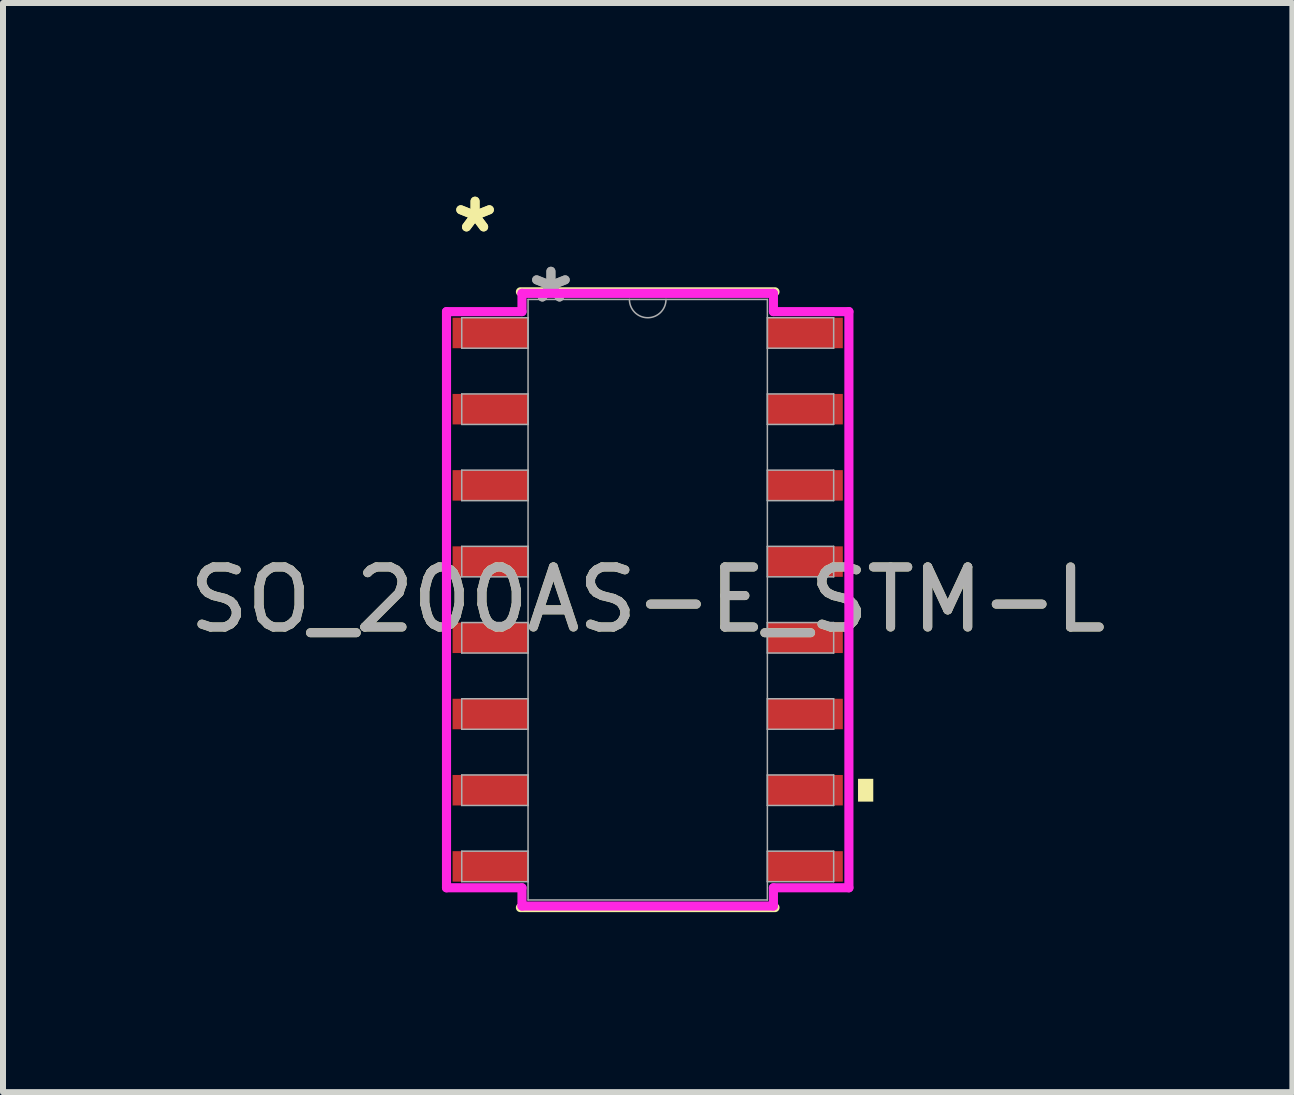
<source format=kicad_pcb>
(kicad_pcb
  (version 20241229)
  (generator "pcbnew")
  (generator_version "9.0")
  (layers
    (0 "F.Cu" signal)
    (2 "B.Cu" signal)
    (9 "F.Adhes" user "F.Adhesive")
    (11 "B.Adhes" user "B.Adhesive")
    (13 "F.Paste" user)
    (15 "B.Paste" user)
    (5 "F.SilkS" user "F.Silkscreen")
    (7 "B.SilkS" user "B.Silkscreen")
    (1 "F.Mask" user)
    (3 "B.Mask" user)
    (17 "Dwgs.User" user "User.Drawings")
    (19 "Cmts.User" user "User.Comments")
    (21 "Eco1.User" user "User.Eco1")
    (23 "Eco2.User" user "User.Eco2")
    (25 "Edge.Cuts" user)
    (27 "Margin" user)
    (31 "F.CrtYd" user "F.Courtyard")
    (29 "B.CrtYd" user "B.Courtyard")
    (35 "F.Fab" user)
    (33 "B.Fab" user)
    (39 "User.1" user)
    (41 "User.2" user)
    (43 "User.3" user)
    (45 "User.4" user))
  (footprint "SO_200AS-E_STM-L"
    (layer "F.Cu")
    (at 7.744 6.944)
    (property "Reference" "SO_200AS-E_STM-L" (at 0 0 0) (unlocked yes) (layer "F.SilkS") (effects (font (size 1 1) (thickness 0.15))))
    (attr smd)
    (fp_line (start -2.121 5.131) (end 2.121 5.131) (stroke (width 0.152) (type solid)) (layer "F.SilkS"))
    (fp_line (start 2.121 -5.131) (end -2.121 -5.131) (stroke (width 0.152) (type solid)) (layer "F.SilkS"))
    (fp_poly (pts (xy 3.759 2.985) (xy 3.759 3.365) (xy 3.505 3.365) (xy 3.505 2.985)) (stroke (width 0) (type solid)) (fill yes) (layer "F.SilkS"))
    (fp_line (start -3.353 -4.801) (end -2.095 -4.801) (stroke (width 0.152) (type solid)) (layer "F.CrtYd"))
    (fp_line (start -3.353 4.801) (end -3.353 -4.801) (stroke (width 0.152) (type solid)) (layer "F.CrtYd"))
    (fp_line (start -3.353 4.801) (end -2.095 4.801) (stroke (width 0.152) (type solid)) (layer "F.CrtYd"))
    (fp_line (start -2.095 -5.105) (end 2.095 -5.105) (stroke (width 0.152) (type solid)) (layer "F.CrtYd"))
    (fp_line (start -2.095 -4.801) (end -2.095 -5.105) (stroke (width 0.152) (type solid)) (layer "F.CrtYd"))
    (fp_line (start -2.095 5.105) (end -2.095 4.801) (stroke (width 0.152) (type solid)) (layer "F.CrtYd"))
    (fp_line (start 2.095 -5.105) (end 2.095 -4.801) (stroke (width 0.152) (type solid)) (layer "F.CrtYd"))
    (fp_line (start 2.095 4.801) (end 2.095 5.105) (stroke (width 0.152) (type solid)) (layer "F.CrtYd"))
    (fp_line (start 2.095 5.105) (end -2.095 5.105) (stroke (width 0.152) (type solid)) (layer "F.CrtYd"))
    (fp_line (start 3.353 -4.801) (end 2.095 -4.801) (stroke (width 0.152) (type solid)) (layer "F.CrtYd"))
    (fp_line (start 3.353 -4.801) (end 3.353 4.801) (stroke (width 0.152) (type solid)) (layer "F.CrtYd"))
    (fp_line (start 3.353 4.801) (end 2.095 4.801) (stroke (width 0.152) (type solid)) (layer "F.CrtYd"))
    (fp_line (start -3.099 -4.699) (end -3.099 -4.191) (stroke (width 0.025) (type solid)) (layer "F.Fab"))
    (fp_line (start -3.099 -4.191) (end -1.994 -4.191) (stroke (width 0.025) (type solid)) (layer "F.Fab"))
    (fp_line (start -3.099 -3.429) (end -3.099 -2.921) (stroke (width 0.025) (type solid)) (layer "F.Fab"))
    (fp_line (start -3.099 -2.921) (end -1.994 -2.921) (stroke (width 0.025) (type solid)) (layer "F.Fab"))
    (fp_line (start -3.099 -2.159) (end -3.099 -1.651) (stroke (width 0.025) (type solid)) (layer "F.Fab"))
    (fp_line (start -3.099 -1.651) (end -1.994 -1.651) (stroke (width 0.025) (type solid)) (layer "F.Fab"))
    (fp_line (start -3.099 -0.889) (end -3.099 -0.381) (stroke (width 0.025) (type solid)) (layer "F.Fab"))
    (fp_line (start -3.099 -0.381) (end -1.994 -0.381) (stroke (width 0.025) (type solid)) (layer "F.Fab"))
    (fp_line (start -3.099 0.381) (end -3.099 0.889) (stroke (width 0.025) (type solid)) (layer "F.Fab"))
    (fp_line (start -3.099 0.889) (end -1.994 0.889) (stroke (width 0.025) (type solid)) (layer "F.Fab"))
    (fp_line (start -3.099 1.651) (end -3.099 2.159) (stroke (width 0.025) (type solid)) (layer "F.Fab"))
    (fp_line (start -3.099 2.159) (end -1.994 2.159) (stroke (width 0.025) (type solid)) (layer "F.Fab"))
    (fp_line (start -3.099 2.921) (end -3.099 3.429) (stroke (width 0.025) (type solid)) (layer "F.Fab"))
    (fp_line (start -3.099 3.429) (end -1.994 3.429) (stroke (width 0.025) (type solid)) (layer "F.Fab"))
    (fp_line (start -3.099 4.191) (end -3.099 4.699) (stroke (width 0.025) (type solid)) (layer "F.Fab"))
    (fp_line (start -3.099 4.699) (end -1.994 4.699) (stroke (width 0.025) (type solid)) (layer "F.Fab"))
    (fp_line (start -1.994 -5.004) (end -1.994 5.004) (stroke (width 0.025) (type solid)) (layer "F.Fab"))
    (fp_line (start -1.994 -4.699) (end -3.099 -4.699) (stroke (width 0.025) (type solid)) (layer "F.Fab"))
    (fp_line (start -1.994 -4.191) (end -1.994 -4.699) (stroke (width 0.025) (type solid)) (layer "F.Fab"))
    (fp_line (start -1.994 -3.429) (end -3.099 -3.429) (stroke (width 0.025) (type solid)) (layer "F.Fab"))
    (fp_line (start -1.994 -2.921) (end -1.994 -3.429) (stroke (width 0.025) (type solid)) (layer "F.Fab"))
    (fp_line (start -1.994 -2.159) (end -3.099 -2.159) (stroke (width 0.025) (type solid)) (layer "F.Fab"))
    (fp_line (start -1.994 -1.651) (end -1.994 -2.159) (stroke (width 0.025) (type solid)) (layer "F.Fab"))
    (fp_line (start -1.994 -0.889) (end -3.099 -0.889) (stroke (width 0.025) (type solid)) (layer "F.Fab"))
    (fp_line (start -1.994 -0.381) (end -1.994 -0.889) (stroke (width 0.025) (type solid)) (layer "F.Fab"))
    (fp_line (start -1.994 0.381) (end -3.099 0.381) (stroke (width 0.025) (type solid)) (layer "F.Fab"))
    (fp_line (start -1.994 0.889) (end -1.994 0.381) (stroke (width 0.025) (type solid)) (layer "F.Fab"))
    (fp_line (start -1.994 1.651) (end -3.099 1.651) (stroke (width 0.025) (type solid)) (layer "F.Fab"))
    (fp_line (start -1.994 2.159) (end -1.994 1.651) (stroke (width 0.025) (type solid)) (layer "F.Fab"))
    (fp_line (start -1.994 2.921) (end -3.099 2.921) (stroke (width 0.025) (type solid)) (layer "F.Fab"))
    (fp_line (start -1.994 3.429) (end -1.994 2.921) (stroke (width 0.025) (type solid)) (layer "F.Fab"))
    (fp_line (start -1.994 4.191) (end -3.099 4.191) (stroke (width 0.025) (type solid)) (layer "F.Fab"))
    (fp_line (start -1.994 4.699) (end -1.994 4.191) (stroke (width 0.025) (type solid)) (layer "F.Fab"))
    (fp_line (start -1.994 5.004) (end 1.994 5.004) (stroke (width 0.025) (type solid)) (layer "F.Fab"))
    (fp_line (start 1.994 -5.004) (end -1.994 -5.004) (stroke (width 0.025) (type solid)) (layer "F.Fab"))
    (fp_line (start 1.994 -4.699) (end 1.994 -4.191) (stroke (width 0.025) (type solid)) (layer "F.Fab"))
    (fp_line (start 1.994 -4.191) (end 3.099 -4.191) (stroke (width 0.025) (type solid)) (layer "F.Fab"))
    (fp_line (start 1.994 -3.429) (end 1.994 -2.921) (stroke (width 0.025) (type solid)) (layer "F.Fab"))
    (fp_line (start 1.994 -2.921) (end 3.099 -2.921) (stroke (width 0.025) (type solid)) (layer "F.Fab"))
    (fp_line (start 1.994 -2.159) (end 1.994 -1.651) (stroke (width 0.025) (type solid)) (layer "F.Fab"))
    (fp_line (start 1.994 -1.651) (end 3.099 -1.651) (stroke (width 0.025) (type solid)) (layer "F.Fab"))
    (fp_line (start 1.994 -0.889) (end 1.994 -0.381) (stroke (width 0.025) (type solid)) (layer "F.Fab"))
    (fp_line (start 1.994 -0.381) (end 3.099 -0.381) (stroke (width 0.025) (type solid)) (layer "F.Fab"))
    (fp_line (start 1.994 0.381) (end 1.994 0.889) (stroke (width 0.025) (type solid)) (layer "F.Fab"))
    (fp_line (start 1.994 0.889) (end 3.099 0.889) (stroke (width 0.025) (type solid)) (layer "F.Fab"))
    (fp_line (start 1.994 1.651) (end 1.994 2.159) (stroke (width 0.025) (type solid)) (layer "F.Fab"))
    (fp_line (start 1.994 2.159) (end 3.099 2.159) (stroke (width 0.025) (type solid)) (layer "F.Fab"))
    (fp_line (start 1.994 2.921) (end 1.994 3.429) (stroke (width 0.025) (type solid)) (layer "F.Fab"))
    (fp_line (start 1.994 3.429) (end 3.099 3.429) (stroke (width 0.025) (type solid)) (layer "F.Fab"))
    (fp_line (start 1.994 4.191) (end 1.994 4.699) (stroke (width 0.025) (type solid)) (layer "F.Fab"))
    (fp_line (start 1.994 4.699) (end 3.099 4.699) (stroke (width 0.025) (type solid)) (layer "F.Fab"))
    (fp_line (start 1.994 5.004) (end 1.994 -5.004) (stroke (width 0.025) (type solid)) (layer "F.Fab"))
    (fp_line (start 3.099 -4.699) (end 1.994 -4.699) (stroke (width 0.025) (type solid)) (layer "F.Fab"))
    (fp_line (start 3.099 -4.191) (end 3.099 -4.699) (stroke (width 0.025) (type solid)) (layer "F.Fab"))
    (fp_line (start 3.099 -3.429) (end 1.994 -3.429) (stroke (width 0.025) (type solid)) (layer "F.Fab"))
    (fp_line (start 3.099 -2.921) (end 3.099 -3.429) (stroke (width 0.025) (type solid)) (layer "F.Fab"))
    (fp_line (start 3.099 -2.159) (end 1.994 -2.159) (stroke (width 0.025) (type solid)) (layer "F.Fab"))
    (fp_line (start 3.099 -1.651) (end 3.099 -2.159) (stroke (width 0.025) (type solid)) (layer "F.Fab"))
    (fp_line (start 3.099 -0.889) (end 1.994 -0.889) (stroke (width 0.025) (type solid)) (layer "F.Fab"))
    (fp_line (start 3.099 -0.381) (end 3.099 -0.889) (stroke (width 0.025) (type solid)) (layer "F.Fab"))
    (fp_line (start 3.099 0.381) (end 1.994 0.381) (stroke (width 0.025) (type solid)) (layer "F.Fab"))
    (fp_line (start 3.099 0.889) (end 3.099 0.381) (stroke (width 0.025) (type solid)) (layer "F.Fab"))
    (fp_line (start 3.099 1.651) (end 1.994 1.651) (stroke (width 0.025) (type solid)) (layer "F.Fab"))
    (fp_line (start 3.099 2.159) (end 3.099 1.651) (stroke (width 0.025) (type solid)) (layer "F.Fab"))
    (fp_line (start 3.099 2.921) (end 1.994 2.921) (stroke (width 0.025) (type solid)) (layer "F.Fab"))
    (fp_line (start 3.099 3.429) (end 3.099 2.921) (stroke (width 0.025) (type solid)) (layer "F.Fab"))
    (fp_line (start 3.099 4.191) (end 1.994 4.191) (stroke (width 0.025) (type solid)) (layer "F.Fab"))
    (fp_line (start 3.099 4.699) (end 3.099 4.191) (stroke (width 0.025) (type solid)) (layer "F.Fab"))
    (fp_arc (start 0.3048 -5.0038) (mid 0 -4.699) (end -0.3048 -5.0038) (stroke (width 0.0254) (type solid)) (layer "F.Fab"))
    (fp_text user "*" (at -2.877 -6.096 0) (unlocked yes) (layer "F.SilkS") (effects (font (size 1 1) (thickness 0.15))))
    (fp_text user "*" (at -2.877 -6.096 0) (layer "F.SilkS") (effects (font (size 1 1) (thickness 0.15))))
    (fp_text user "*" (at -1.613 -4.928 0) (unlocked yes) (layer "F.Fab") (effects (font (size 1 1) (thickness 0.15))))
    (fp_text user "${REFERENCE}" (at 0 0 0) (unlocked yes) (layer "F.Fab") (effects (font (size 1 1) (thickness 0.15))))
    (fp_text user "*" (at -1.613 -4.928 0) (layer "F.Fab") (effects (font (size 1 1) (thickness 0.15))))
    (pad "1" smd rect (at -2.623 -4.445) (size 1.257 0.508) (layers "F.Cu" "F.Mask" "F.Paste"))
    (pad "2" smd rect (at -2.623 -3.175) (size 1.257 0.508) (layers "F.Cu" "F.Mask" "F.Paste"))
    (pad "3" smd rect (at -2.623 -1.905) (size 1.257 0.508) (layers "F.Cu" "F.Mask" "F.Paste"))
    (pad "4" smd rect (at -2.623 -0.635) (size 1.257 0.508) (layers "F.Cu" "F.Mask" "F.Paste"))
    (pad "5" smd rect (at -2.623 0.635) (size 1.257 0.508) (layers "F.Cu" "F.Mask" "F.Paste"))
    (pad "6" smd rect (at -2.623 1.905) (size 1.257 0.508) (layers "F.Cu" "F.Mask" "F.Paste"))
    (pad "7" smd rect (at -2.623 3.175) (size 1.257 0.508) (layers "F.Cu" "F.Mask" "F.Paste"))
    (pad "8" smd rect (at -2.623 4.445) (size 1.257 0.508) (layers "F.Cu" "F.Mask" "F.Paste"))
    (pad "9" smd rect (at 2.623 4.445) (size 1.257 0.508) (layers "F.Cu" "F.Mask" "F.Paste"))
    (pad "10" smd rect (at 2.623 3.175) (size 1.257 0.508) (layers "F.Cu" "F.Mask" "F.Paste"))
    (pad "11" smd rect (at 2.623 1.905) (size 1.257 0.508) (layers "F.Cu" "F.Mask" "F.Paste"))
    (pad "12" smd rect (at 2.623 0.635) (size 1.257 0.508) (layers "F.Cu" "F.Mask" "F.Paste"))
    (pad "13" smd rect (at 2.623 -0.635) (size 1.257 0.508) (layers "F.Cu" "F.Mask" "F.Paste"))
    (pad "14" smd rect (at 2.623 -1.905) (size 1.257 0.508) (layers "F.Cu" "F.Mask" "F.Paste"))
    (pad "15" smd rect (at 2.623 -3.175) (size 1.257 0.508) (layers "F.Cu" "F.Mask" "F.Paste"))
    (pad "16" smd rect (at 2.623 -4.445) (size 1.257 0.508) (layers "F.Cu" "F.Mask" "F.Paste")))
  (gr_rect
    (start -3 -3)
    (end 18.488 15.151)
    (stroke (width 0.1) (type default))
    (fill no)
    (layer "Edge.Cuts")))
</source>
